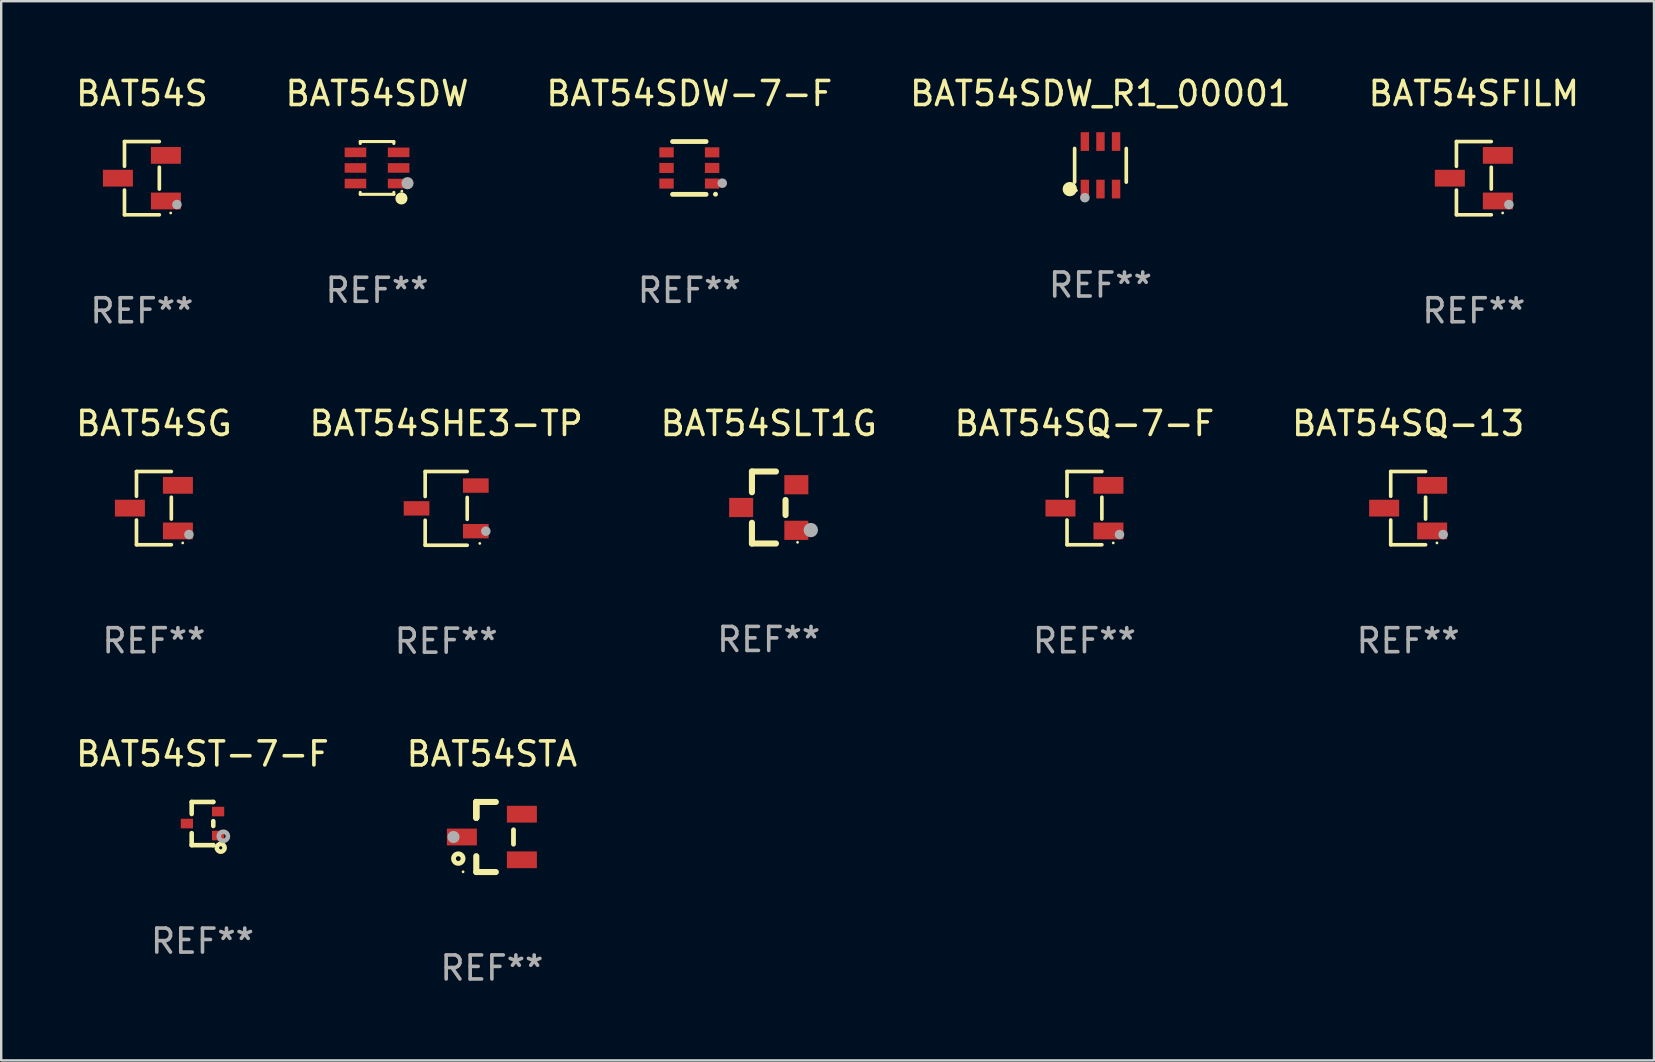
<source format=kicad_pcb>
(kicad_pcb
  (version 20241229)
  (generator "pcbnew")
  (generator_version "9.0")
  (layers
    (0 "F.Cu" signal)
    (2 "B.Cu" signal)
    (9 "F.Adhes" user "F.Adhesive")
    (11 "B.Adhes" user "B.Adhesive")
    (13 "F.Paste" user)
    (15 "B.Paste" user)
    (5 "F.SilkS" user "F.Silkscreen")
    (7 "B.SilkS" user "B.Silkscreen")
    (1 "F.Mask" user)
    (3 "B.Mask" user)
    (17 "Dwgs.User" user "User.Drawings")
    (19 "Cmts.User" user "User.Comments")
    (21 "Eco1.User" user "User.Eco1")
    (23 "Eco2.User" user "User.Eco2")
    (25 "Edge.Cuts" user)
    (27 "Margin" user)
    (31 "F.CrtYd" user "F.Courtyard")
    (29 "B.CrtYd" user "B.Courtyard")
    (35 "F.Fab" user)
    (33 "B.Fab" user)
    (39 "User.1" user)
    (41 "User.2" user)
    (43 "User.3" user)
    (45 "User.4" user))
  (footprint "BAT54SQ-7-F"
    (layer "F.Cu")
    (at 42.137 18.123)
    (property "Reference" "BAT54SQ-7-F" (at 0 -3.526 0) (layer "F.SilkS") (effects (font (size 1 1) (thickness 0.15))))
    (attr through_hole)
    (fp_line (start -0.726 -1.526) (end -0.726 -0.495) (stroke (width 0.152) (type solid)) (layer "F.SilkS"))
    (fp_line (start -0.726 1.526) (end -0.726 0.495) (stroke (width 0.152) (type solid)) (layer "F.SilkS"))
    (fp_line (start 0.726 -1.526) (end -0.726 -1.526) (stroke (width 0.152) (type solid)) (layer "F.SilkS"))
    (fp_line (start 0.726 -0.455) (end 0.726 0.455) (stroke (width 0.152) (type solid)) (layer "F.SilkS"))
    (fp_line (start 0.726 1.526) (end -0.726 1.526) (stroke (width 0.152) (type solid)) (layer "F.SilkS"))
    (fp_circle (center 1.2 1.45) (end 1.23 1.45) (stroke (width 0.06) (type solid)) (fill no) (layer "F.SilkS"))
    (fp_circle (center 1.46 1.1) (end 1.56 1.1) (stroke (width 0.2) (type solid)) (fill no) (layer "F.Fab"))
    (fp_text user "REF**" (at 0 5.526 0) (layer "F.Fab") (effects (font (size 1 1) (thickness 0.15))))
    (pad "1" smd rect (at 1 0.95) (size 1.25 0.7) (layers "F.Cu" "F.Mask" "F.Paste"))
    (pad "2" smd rect (at 1 -0.95) (size 1.25 0.7) (layers "F.Cu" "F.Mask" "F.Paste"))
    (pad "3" smd rect (at -1 0) (size 1.25 0.7) (layers "F.Cu" "F.Mask" "F.Paste")))
  (footprint "BAT54SLT1G"
    (layer "F.Cu")
    (at 28.982 18.097)
    (property "Reference" "BAT54SLT1G" (at 0 -3.5 0) (layer "F.SilkS") (effects (font (size 1 1) (thickness 0.15))))
    (attr through_hole)
    (fp_line (start -0.7 -1.5) (end 0.3 -1.5) (stroke (width 0.254) (type solid)) (layer "F.SilkS"))
    (fp_line (start -0.7 -0.636) (end -0.7 -1.5) (stroke (width 0.254) (type solid)) (layer "F.SilkS"))
    (fp_line (start -0.7 1.5) (end -0.7 0.636) (stroke (width 0.254) (type solid)) (layer "F.SilkS"))
    (fp_line (start -0.7 1.5) (end 0.3 1.5) (stroke (width 0.254) (type solid)) (layer "F.SilkS"))
    (fp_line (start 0.7 0.314) (end 0.7 -0.314) (stroke (width 0.254) (type solid)) (layer "F.SilkS"))
    (fp_circle (center 1.2 1.45) (end 1.23 1.45) (stroke (width 0.06) (type solid)) (fill no) (layer "F.SilkS"))
    (fp_circle (center 1.753 0.94) (end 1.903 0.94) (stroke (width 0.3) (type solid)) (fill no) (layer "F.Fab"))
    (fp_text user "REF**" (at 0 5.5 0) (layer "F.Fab") (effects (font (size 1 1) (thickness 0.15))))
    (pad "1" smd rect (at 1.15 0.95 180) (size 1 0.8) (layers "F.Cu" "F.Mask" "F.Paste"))
    (pad "2" smd rect (at 1.15 -0.95 180) (size 1 0.8) (layers "F.Cu" "F.Mask" "F.Paste"))
    (pad "3" smd rect (at -1.15 -0.000051 180) (size 1 0.8) (layers "F.Cu" "F.Mask" "F.Paste")))
  (footprint "BAT54SDW-7-F"
    (layer "F.Cu")
    (at 25.673 3.948)
    (property "Reference" "BAT54SDW-7-F" (at 0 -3.1 0) (layer "F.SilkS") (effects (font (size 1 1) (thickness 0.15))))
    (attr through_hole)
    (fp_line (start -0.7 -1.1) (end 0.7 -1.1) (stroke (width 0.2) (type solid)) (layer "F.SilkS"))
    (fp_line (start -0.7 1.1) (end 0.7 1.1) (stroke (width 0.2) (type solid)) (layer "F.SilkS"))
    (fp_arc (start 1.090932 1.094209) (mid 1.092202 1.094203) (end 1.093472 1.094209) (stroke (width 0.2) (type solid)) (layer "F.SilkS"))
    (fp_circle (center 1.053 1.1) (end 1.083 1.1) (stroke (width 0.06) (type solid)) (fill no) (layer "F.SilkS"))
    (fp_circle (center 1.372 0.635) (end 1.472 0.635) (stroke (width 0.2) (type solid)) (fill no) (layer "F.Fab"))
    (fp_text user "REF**" (at 0 5.1 0) (layer "F.Fab") (effects (font (size 1 1) (thickness 0.15))))
    (pad "1" smd rect (at 0.95 0.65 90) (size 0.42 0.6) (layers "F.Cu" "F.Mask" "F.Paste"))
    (pad "2" smd rect (at 0.95 0 90) (size 0.42 0.6) (layers "F.Cu" "F.Mask" "F.Paste"))
    (pad "3" smd rect (at 0.95 -0.65 90) (size 0.42 0.6) (layers "F.Cu" "F.Mask" "F.Paste"))
    (pad "4" smd rect (at -0.95 -0.65 270) (size 0.42 0.6) (layers "F.Cu" "F.Mask" "F.Paste"))
    (pad "5" smd rect (at -0.95 0 270) (size 0.42 0.6) (layers "F.Cu" "F.Mask" "F.Paste"))
    (pad "6" smd rect (at -0.95 0.65 270) (size 0.42 0.6) (layers "F.Cu" "F.Mask" "F.Paste")))
  (footprint "BAT54SHE3-TP"
    (layer "F.Cu")
    (at 15.542 18.133)
    (property "Reference" "BAT54SHE3-TP" (at 0 -3.536 0) (layer "F.SilkS") (effects (font (size 1 1) (thickness 0.15))))
    (attr through_hole)
    (fp_line (start -0.876 -1.536) (end -0.876 -0.495) (stroke (width 0.152) (type solid)) (layer "F.SilkS"))
    (fp_line (start -0.876 1.536) (end -0.876 0.495) (stroke (width 0.152) (type solid)) (layer "F.SilkS"))
    (fp_line (start 0.876 -1.536) (end -0.876 -1.536) (stroke (width 0.152) (type solid)) (layer "F.SilkS"))
    (fp_line (start 0.876 -0.455) (end 0.876 0.455) (stroke (width 0.152) (type solid)) (layer "F.SilkS"))
    (fp_line (start 0.876 1.536) (end -0.876 1.536) (stroke (width 0.152) (type solid)) (layer "F.SilkS"))
    (fp_circle (center 1.4 1.46) (end 1.43 1.46) (stroke (width 0.06) (type solid)) (fill no) (layer "F.SilkS"))
    (fp_circle (center 1.651 0.95) (end 1.751 0.95) (stroke (width 0.2) (type solid)) (fill no) (layer "F.Fab"))
    (fp_text user "REF**" (at 0 5.536 0) (layer "F.Fab") (effects (font (size 1 1) (thickness 0.15))))
    (pad "1" smd rect (at 1.235 0.95) (size 1.07 0.6) (layers "F.Cu" "F.Mask" "F.Paste"))
    (pad "2" smd rect (at 1.235 -0.95) (size 1.07 0.6) (layers "F.Cu" "F.Mask" "F.Paste"))
    (pad "3" smd rect (at -1.235 0) (size 1.07 0.6) (layers "F.Cu" "F.Mask" "F.Paste")))
  (footprint "BAT54SDW_R1_00001"
    (layer "F.Cu")
    (at 42.804 3.838)
    (property "Reference" "BAT54SDW_R1_00001" (at 0 -2.99 0) (layer "F.SilkS") (effects (font (size 1 1) (thickness 0.15))))
    (attr through_hole)
    (fp_line (start -1.076 0.701) (end -1.076 -0.701) (stroke (width 0.152) (type solid)) (layer "F.SilkS"))
    (fp_line (start 1.076 0.701) (end 1.076 -0.701) (stroke (width 0.152) (type solid)) (layer "F.SilkS"))
    (fp_circle (center -1.277 0.992) (end -1.127 0.992) (stroke (width 0.3) (type solid)) (fill no) (layer "F.SilkS"))
    (fp_circle (center -1 1.05) (end -0.97 1.05) (stroke (width 0.06) (type solid)) (fill no) (layer "F.SilkS"))
    (fp_circle (center -0.65 1.35) (end -0.55 1.35) (stroke (width 0.2) (type solid)) (fill no) (layer "F.Fab"))
    (fp_text user "REF**" (at 0 4.99 0) (layer "F.Fab") (effects (font (size 1 1) (thickness 0.15))))
    (pad "1" smd rect (at -0.65 0.99) (size 0.35 0.78) (layers "F.Cu" "F.Mask" "F.Paste"))
    (pad "2" smd rect (at 0 0.99) (size 0.35 0.78) (layers "F.Cu" "F.Mask" "F.Paste"))
    (pad "3" smd rect (at 0.65 0.99) (size 0.35 0.78) (layers "F.Cu" "F.Mask" "F.Paste"))
    (pad "4" smd rect (at 0.65 -0.99) (size 0.35 0.78) (layers "F.Cu" "F.Mask" "F.Paste"))
    (pad "5" smd rect (at 0 -0.99) (size 0.35 0.78) (layers "F.Cu" "F.Mask" "F.Paste"))
    (pad "6" smd rect (at -0.65 -0.99) (size 0.35 0.78) (layers "F.Cu" "F.Mask" "F.Paste")))
  (footprint "BAT54STA"
    (layer "F.Cu")
    (at 17.446 31.826)
    (property "Reference" "BAT54STA" (at 0 -3.46 0) (layer "F.SilkS") (effects (font (size 1 1) (thickness 0.15))))
    (attr through_hole)
    (fp_line (start -0.65 -1.46) (end -0.65 -0.8) (stroke (width 0.254) (type solid)) (layer "F.SilkS"))
    (fp_line (start -0.65 -1.46) (end 0.165 -1.46) (stroke (width 0.254) (type solid)) (layer "F.SilkS"))
    (fp_line (start -0.65 -0.8) (end -0.65 -1.46) (stroke (width 0.254) (type solid)) (layer "F.SilkS"))
    (fp_line (start -0.65 -0.8) (end -0.65 -1.46) (stroke (width 0.254) (type solid)) (layer "F.SilkS"))
    (fp_line (start -0.65 1.46) (end -0.65 0.8) (stroke (width 0.254) (type solid)) (layer "F.SilkS"))
    (fp_line (start 0.165 1.46) (end -0.65 1.46) (stroke (width 0.254) (type solid)) (layer "F.SilkS"))
    (fp_line (start 0.9 0.3) (end 0.9 -0.3) (stroke (width 0.2) (type solid)) (layer "F.SilkS"))
    (fp_circle (center -1.4 0.9) (end -1.2 0.9) (stroke (width 0.2) (type solid)) (fill no) (layer "F.SilkS"))
    (fp_circle (center -1.2 1.45) (end -1.17 1.45) (stroke (width 0.06) (type solid)) (fill no) (layer "F.SilkS"))
    (fp_circle (center -1.6 0) (end -1.473 0) (stroke (width 0.254) (type solid)) (fill no) (layer "F.Fab"))
    (fp_text user "REF**" (at 0 5.46 0) (layer "F.Fab") (effects (font (size 1 1) (thickness 0.15))))
    (pad "1" smd rect (at -1.25 0 270) (size 0.7 1.25) (layers "F.Cu" "F.Mask" "F.Paste"))
    (pad "2" smd rect (at 1.25 -0.95 270) (size 0.7 1.25) (layers "F.Cu" "F.Mask" "F.Paste"))
    (pad "3" smd rect (at 1.25 0.95 270) (size 0.7 1.25) (layers "F.Cu" "F.Mask" "F.Paste")))
  (footprint "BAT54SFILM"
    (layer "F.Cu")
    (at 58.363 4.374)
    (property "Reference" "BAT54SFILM" (at 0 -3.526 0) (layer "F.SilkS") (effects (font (size 1 1) (thickness 0.15))))
    (attr through_hole)
    (fp_line (start -0.726 -1.526) (end -0.726 -0.495) (stroke (width 0.152) (type solid)) (layer "F.SilkS"))
    (fp_line (start -0.726 1.526) (end -0.726 0.495) (stroke (width 0.152) (type solid)) (layer "F.SilkS"))
    (fp_line (start 0.726 -1.526) (end -0.726 -1.526) (stroke (width 0.152) (type solid)) (layer "F.SilkS"))
    (fp_line (start 0.726 -0.455) (end 0.726 0.455) (stroke (width 0.152) (type solid)) (layer "F.SilkS"))
    (fp_line (start 0.726 1.526) (end -0.726 1.526) (stroke (width 0.152) (type solid)) (layer "F.SilkS"))
    (fp_circle (center 1.2 1.45) (end 1.23 1.45) (stroke (width 0.06) (type solid)) (fill no) (layer "F.SilkS"))
    (fp_circle (center 1.46 1.1) (end 1.56 1.1) (stroke (width 0.2) (type solid)) (fill no) (layer "F.Fab"))
    (fp_text user "REF**" (at 0 5.526 0) (layer "F.Fab") (effects (font (size 1 1) (thickness 0.15))))
    (pad "1" smd rect (at 1 0.95) (size 1.25 0.7) (layers "F.Cu" "F.Mask" "F.Paste"))
    (pad "2" smd rect (at 1 -0.95) (size 1.25 0.7) (layers "F.Cu" "F.Mask" "F.Paste"))
    (pad "3" smd rect (at -1 0) (size 1.25 0.7) (layers "F.Cu" "F.Mask" "F.Paste")))
  (footprint "BAT54SQ-13"
    (layer "F.Cu")
    (at 55.625 18.123)
    (property "Reference" "BAT54SQ-13" (at 0 -3.526 0) (layer "F.SilkS") (effects (font (size 1 1) (thickness 0.15))))
    (attr through_hole)
    (fp_line (start -0.726 -1.526) (end -0.726 -0.495) (stroke (width 0.152) (type solid)) (layer "F.SilkS"))
    (fp_line (start -0.726 1.526) (end -0.726 0.495) (stroke (width 0.152) (type solid)) (layer "F.SilkS"))
    (fp_line (start 0.726 -1.526) (end -0.726 -1.526) (stroke (width 0.152) (type solid)) (layer "F.SilkS"))
    (fp_line (start 0.726 -0.455) (end 0.726 0.455) (stroke (width 0.152) (type solid)) (layer "F.SilkS"))
    (fp_line (start 0.726 1.526) (end -0.726 1.526) (stroke (width 0.152) (type solid)) (layer "F.SilkS"))
    (fp_circle (center 1.2 1.45) (end 1.23 1.45) (stroke (width 0.06) (type solid)) (fill no) (layer "F.SilkS"))
    (fp_circle (center 1.46 1.1) (end 1.56 1.1) (stroke (width 0.2) (type solid)) (fill no) (layer "F.Fab"))
    (fp_text user "REF**" (at 0 5.526 0) (layer "F.Fab") (effects (font (size 1 1) (thickness 0.15))))
    (pad "1" smd rect (at 1 0.95) (size 1.25 0.7) (layers "F.Cu" "F.Mask" "F.Paste"))
    (pad "2" smd rect (at 1 -0.95) (size 1.25 0.7) (layers "F.Cu" "F.Mask" "F.Paste"))
    (pad "3" smd rect (at -1 0) (size 1.25 0.7) (layers "F.Cu" "F.Mask" "F.Paste")))
  (footprint "BAT54SG"
    (layer "F.Cu")
    (at 3.363 18.123)
    (property "Reference" "BAT54SG" (at 0 -3.526 0) (layer "F.SilkS") (effects (font (size 1 1) (thickness 0.15))))
    (attr through_hole)
    (fp_line (start -0.726 -1.526) (end -0.726 -0.495) (stroke (width 0.152) (type solid)) (layer "F.SilkS"))
    (fp_line (start -0.726 1.526) (end -0.726 0.495) (stroke (width 0.152) (type solid)) (layer "F.SilkS"))
    (fp_line (start 0.726 -1.526) (end -0.726 -1.526) (stroke (width 0.152) (type solid)) (layer "F.SilkS"))
    (fp_line (start 0.726 -0.455) (end 0.726 0.455) (stroke (width 0.152) (type solid)) (layer "F.SilkS"))
    (fp_line (start 0.726 1.526) (end -0.726 1.526) (stroke (width 0.152) (type solid)) (layer "F.SilkS"))
    (fp_circle (center 1.2 1.45) (end 1.23 1.45) (stroke (width 0.06) (type solid)) (fill no) (layer "F.SilkS"))
    (fp_circle (center 1.46 1.1) (end 1.56 1.1) (stroke (width 0.2) (type solid)) (fill no) (layer "F.Fab"))
    (fp_text user "REF**" (at 0 5.526 0) (layer "F.Fab") (effects (font (size 1 1) (thickness 0.15))))
    (pad "1" smd rect (at 1 0.95) (size 1.25 0.7) (layers "F.Cu" "F.Mask" "F.Paste"))
    (pad "2" smd rect (at 1 -0.95) (size 1.25 0.7) (layers "F.Cu" "F.Mask" "F.Paste"))
    (pad "3" smd rect (at -1 0) (size 1.25 0.7) (layers "F.Cu" "F.Mask" "F.Paste")))
  (footprint "BAT54S"
    (layer "F.Cu")
    (at 2.863 4.374)
    (property "Reference" "BAT54S" (at 0 -3.526 0) (layer "F.SilkS") (effects (font (size 1 1) (thickness 0.15))))
    (attr through_hole)
    (fp_line (start -0.726 -1.526) (end -0.726 -0.495) (stroke (width 0.152) (type solid)) (layer "F.SilkS"))
    (fp_line (start -0.726 1.526) (end -0.726 0.495) (stroke (width 0.152) (type solid)) (layer "F.SilkS"))
    (fp_line (start 0.726 -1.526) (end -0.726 -1.526) (stroke (width 0.152) (type solid)) (layer "F.SilkS"))
    (fp_line (start 0.726 -0.455) (end 0.726 0.455) (stroke (width 0.152) (type solid)) (layer "F.SilkS"))
    (fp_line (start 0.726 1.526) (end -0.726 1.526) (stroke (width 0.152) (type solid)) (layer "F.SilkS"))
    (fp_circle (center 1.2 1.45) (end 1.23 1.45) (stroke (width 0.06) (type solid)) (fill no) (layer "F.SilkS"))
    (fp_circle (center 1.46 1.1) (end 1.56 1.1) (stroke (width 0.2) (type solid)) (fill no) (layer "F.Fab"))
    (fp_text user "REF**" (at 0 5.526 0) (layer "F.Fab") (effects (font (size 1 1) (thickness 0.15))))
    (pad "1" smd rect (at 1 0.95) (size 1.25 0.7) (layers "F.Cu" "F.Mask" "F.Paste"))
    (pad "2" smd rect (at 1 -0.95) (size 1.25 0.7) (layers "F.Cu" "F.Mask" "F.Paste"))
    (pad "3" smd rect (at -1 0) (size 1.25 0.7) (layers "F.Cu" "F.Mask" "F.Paste")))
  (footprint "BAT54ST-7-F"
    (layer "F.Cu")
    (at 5.387 31.266)
    (property "Reference" "BAT54ST-7-F" (at 0 -2.9 0) (layer "F.SilkS") (effects (font (size 1 1) (thickness 0.15))))
    (attr through_hole)
    (fp_line (start -0.45 -0.9) (end 0.45 -0.9) (stroke (width 0.19) (type solid)) (layer "F.SilkS"))
    (fp_line (start -0.45 -0.399) (end -0.45 -0.9) (stroke (width 0.19) (type solid)) (layer "F.SilkS"))
    (fp_line (start -0.45 0.9) (end -0.45 0.399) (stroke (width 0.19) (type solid)) (layer "F.SilkS"))
    (fp_line (start -0.45 0.9) (end 0.45 0.9) (stroke (width 0.19) (type solid)) (layer "F.SilkS"))
    (fp_line (start 0.45 -0.899) (end 0.45 -0.9) (stroke (width 0.19) (type solid)) (layer "F.SilkS"))
    (fp_line (start 0.45 0.101) (end 0.45 -0.101) (stroke (width 0.19) (type solid)) (layer "F.SilkS"))
    (fp_line (start 0.45 0.9) (end 0.45 0.899) (stroke (width 0.19) (type solid)) (layer "F.SilkS"))
    (fp_circle (center 0.76 1.01) (end 0.827 1.01) (stroke (width 0.19) (type solid)) (fill no) (layer "F.SilkS"))
    (fp_circle (center 0.8 0.8) (end 0.81 0.8) (stroke (width 0.02) (type solid)) (fill no) (layer "F.SilkS"))
    (fp_circle (center 0.87 0.53) (end 0.964 0.53) (stroke (width 0.19) (type solid)) (fill no) (layer "F.Fab"))
    (fp_text user "REF**" (at 0 4.9 0) (layer "F.Fab") (effects (font (size 1 1) (thickness 0.15))))
    (pad "1" smd rect (at 0.65 0.5 90) (size 0.4 0.51) (layers "F.Cu" "F.Mask" "F.Paste"))
    (pad "2" smd rect (at 0.65 -0.5 90) (size 0.4 0.51) (layers "F.Cu" "F.Mask" "F.Paste"))
    (pad "3" smd rect (at -0.65 0.000127 90) (size 0.4 0.51) (layers "F.Cu" "F.Mask" "F.Paste")))
  (footprint "BAT54SDW"
    (layer "F.Cu")
    (at 12.661 3.948)
    (property "Reference" "BAT54SDW" (at 0 -3.1 0) (layer "F.SilkS") (effects (font (size 1 1) (thickness 0.15))))
    (attr through_hole)
    (fp_line (start -0.7 -1.018) (end -0.7 -1.1) (stroke (width 0.127) (type solid)) (layer "F.SilkS"))
    (fp_line (start -0.7 1.1) (end -0.7 1.018) (stroke (width 0.127) (type solid)) (layer "F.SilkS"))
    (fp_line (start 0.7 -1.1) (end -0.7 -1.1) (stroke (width 0.127) (type solid)) (layer "F.SilkS"))
    (fp_line (start 0.7 -1.018) (end 0.7 -1.1) (stroke (width 0.127) (type solid)) (layer "F.SilkS"))
    (fp_line (start 0.7 1.1) (end -0.7 1.1) (stroke (width 0.127) (type solid)) (layer "F.SilkS"))
    (fp_line (start 0.7 1.1) (end 0.7 1.018) (stroke (width 0.127) (type solid)) (layer "F.SilkS"))
    (fp_circle (center 1.016 1.27) (end 1.143 1.27) (stroke (width 0.254) (type solid)) (fill no) (layer "F.SilkS"))
    (fp_circle (center 1.032 0.97) (end 1.062 0.97) (stroke (width 0.06) (type solid)) (fill no) (layer "F.SilkS"))
    (fp_circle (center 1.27 0.635) (end 1.397 0.635) (stroke (width 0.254) (type solid)) (fill no) (layer "F.Fab"))
    (fp_text user "REF**" (at 0 5.1 0) (layer "F.Fab") (effects (font (size 1 1) (thickness 0.15))))
    (pad "1" smd rect (at 0.9 0.65 90) (size 0.4 0.9) (layers "F.Cu" "F.Mask" "F.Paste"))
    (pad "2" smd rect (at 0.9 -0.000102 90) (size 0.4 0.9) (layers "F.Cu" "F.Mask" "F.Paste"))
    (pad "3" smd rect (at 0.9 -0.65 90) (size 0.4 0.9) (layers "F.Cu" "F.Mask" "F.Paste"))
    (pad "4" smd rect (at -0.9 -0.65 90) (size 0.4 0.9) (layers "F.Cu" "F.Mask" "F.Paste"))
    (pad "5" smd rect (at -0.9 -0.000102 90) (size 0.4 0.9) (layers "F.Cu" "F.Mask" "F.Paste"))
    (pad "6" smd rect (at -0.9 0.65 90) (size 0.4 0.9) (layers "F.Cu" "F.Mask" "F.Paste")))
  (gr_rect
    (start -3 -3)
    (end 65.869 41.134)
    (stroke (width 0.1) (type default))
    (fill no)
    (layer "Edge.Cuts")))
</source>
